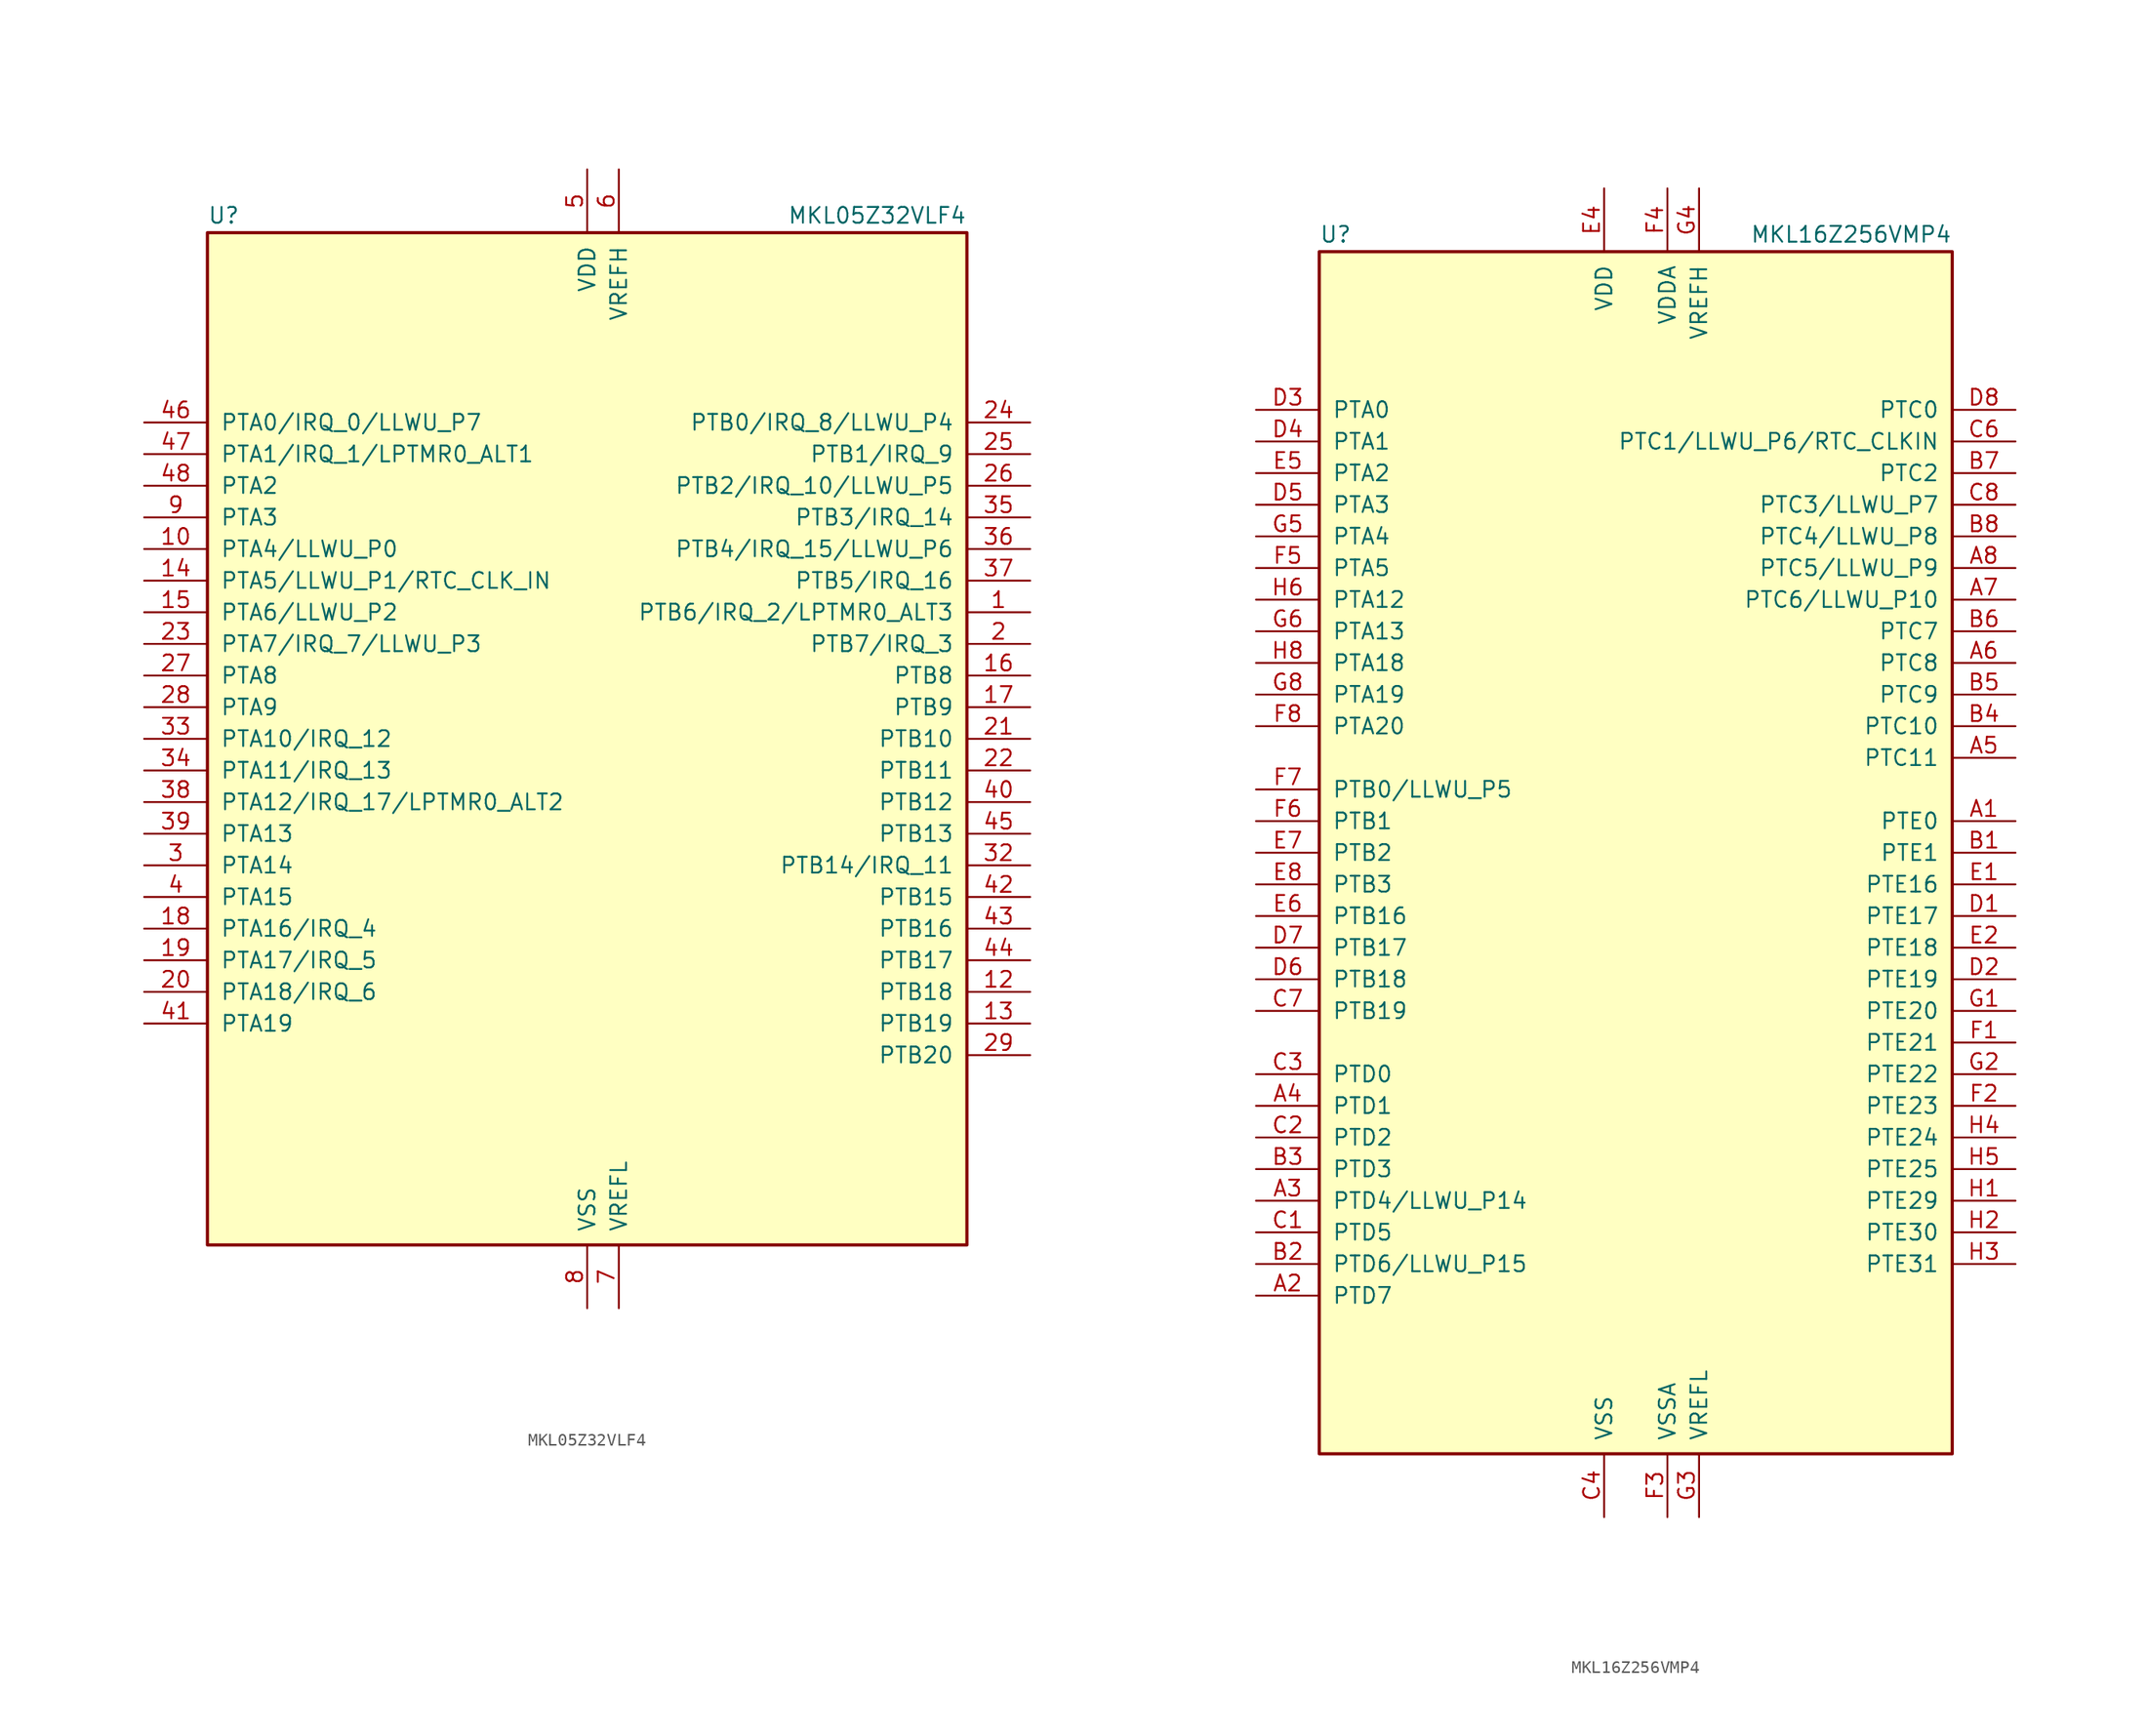
<source format=kicad_sym>
(kicad_symbol_lib
  (version 20231120)
  (generator "kicad_symbol_editor")
  (generator_version "8.0")
  (symbol "MKL05Z32VLF4"
    (pin_names
      (offset 1.016))
    (property "Reference" "U"
      (at -30.48 41.275 0)
      (effects (font (size 1.27 1.27)) (justify left bottom)))
    (property "Value" "MKL05Z32VLF4"
      (at 30.48 41.275 0)
      (effects (font (size 1.27 1.27)) (justify right bottom)))
    (symbol "MKL05Z32VLF4_0_1"
      (rectangle (start -30.48 40.64) (end 30.48 -40.64) (stroke (width 0.254) (type default)) (fill (type background))))
    (symbol "MKL05Z32VLF4_1_1"
      (pin bidirectional line (at 35.56 10.16 180) (length 5.08) (name "PTB6/IRQ_2/LPTMR0_ALT3" (effects (font (size 1.27 1.27)))) (number "1" (effects (font (size 1.27 1.27)))))
      (pin bidirectional line (at -35.56 15.24 0) (length 5.08) (name "PTA4/LLWU_P0" (effects (font (size 1.27 1.27)))) (number "10" (effects (font (size 1.27 1.27)))))
      (pin passive line (at 0 -45.72 90) (length 5.08) hide (name "VSS" (effects (font (size 1.27 1.27)))) (number "11" (effects (font (size 1.27 1.27)))))
      (pin bidirectional line (at 35.56 -20.32 180) (length 5.08) (name "PTB18" (effects (font (size 1.27 1.27)))) (number "12" (effects (font (size 1.27 1.27)))))
      (pin bidirectional line (at 35.56 -22.86 180) (length 5.08) (name "PTB19" (effects (font (size 1.27 1.27)))) (number "13" (effects (font (size 1.27 1.27)))))
      (pin bidirectional line (at -35.56 12.7 0) (length 5.08) (name "PTA5/LLWU_P1/RTC_CLK_IN" (effects (font (size 1.27 1.27)))) (number "14" (effects (font (size 1.27 1.27)))))
      (pin bidirectional line (at -35.56 10.16 0) (length 5.08) (name "PTA6/LLWU_P2" (effects (font (size 1.27 1.27)))) (number "15" (effects (font (size 1.27 1.27)))))
      (pin bidirectional line (at 35.56 5.08 180) (length 5.08) (name "PTB8" (effects (font (size 1.27 1.27)))) (number "16" (effects (font (size 1.27 1.27)))))
      (pin bidirectional line (at 35.56 2.54 180) (length 5.08) (name "PTB9" (effects (font (size 1.27 1.27)))) (number "17" (effects (font (size 1.27 1.27)))))
      (pin bidirectional line (at -35.56 -15.24 0) (length 5.08) (name "PTA16/IRQ_4" (effects (font (size 1.27 1.27)))) (number "18" (effects (font (size 1.27 1.27)))))
      (pin bidirectional line (at -35.56 -17.78 0) (length 5.08) (name "PTA17/IRQ_5" (effects (font (size 1.27 1.27)))) (number "19" (effects (font (size 1.27 1.27)))))
      (pin bidirectional line (at 35.56 7.62 180) (length 5.08) (name "PTB7/IRQ_3" (effects (font (size 1.27 1.27)))) (number "2" (effects (font (size 1.27 1.27)))))
      (pin bidirectional line (at -35.56 -20.32 0) (length 5.08) (name "PTA18/IRQ_6" (effects (font (size 1.27 1.27)))) (number "20" (effects (font (size 1.27 1.27)))))
      (pin bidirectional line (at 35.56 0 180) (length 5.08) (name "PTB10" (effects (font (size 1.27 1.27)))) (number "21" (effects (font (size 1.27 1.27)))))
      (pin bidirectional line (at 35.56 -2.54 180) (length 5.08) (name "PTB11" (effects (font (size 1.27 1.27)))) (number "22" (effects (font (size 1.27 1.27)))))
      (pin bidirectional line (at -35.56 7.62 0) (length 5.08) (name "PTA7/IRQ_7/LLWU_P3" (effects (font (size 1.27 1.27)))) (number "23" (effects (font (size 1.27 1.27)))))
      (pin bidirectional line (at 35.56 25.4 180) (length 5.08) (name "PTB0/IRQ_8/LLWU_P4" (effects (font (size 1.27 1.27)))) (number "24" (effects (font (size 1.27 1.27)))))
      (pin bidirectional line (at 35.56 22.86 180) (length 5.08) (name "PTB1/IRQ_9" (effects (font (size 1.27 1.27)))) (number "25" (effects (font (size 1.27 1.27)))))
      (pin bidirectional line (at 35.56 20.32 180) (length 5.08) (name "PTB2/IRQ_10/LLWU_P5" (effects (font (size 1.27 1.27)))) (number "26" (effects (font (size 1.27 1.27)))))
      (pin bidirectional line (at -35.56 5.08 0) (length 5.08) (name "PTA8" (effects (font (size 1.27 1.27)))) (number "27" (effects (font (size 1.27 1.27)))))
      (pin bidirectional line (at -35.56 2.54 0) (length 5.08) (name "PTA9" (effects (font (size 1.27 1.27)))) (number "28" (effects (font (size 1.27 1.27)))))
      (pin bidirectional line (at 35.56 -25.4 180) (length 5.08) (name "PTB20" (effects (font (size 1.27 1.27)))) (number "29" (effects (font (size 1.27 1.27)))))
      (pin bidirectional line (at -35.56 -10.16 0) (length 5.08) (name "PTA14" (effects (font (size 1.27 1.27)))) (number "3" (effects (font (size 1.27 1.27)))))
      (pin passive line (at 0 -45.72 90) (length 5.08) hide (name "VSS" (effects (font (size 1.27 1.27)))) (number "30" (effects (font (size 1.27 1.27)))))
      (pin passive line (at 0 45.72 270) (length 5.08) hide (name "VDD" (effects (font (size 1.27 1.27)))) (number "31" (effects (font (size 1.27 1.27)))))
      (pin bidirectional line (at 35.56 -10.16 180) (length 5.08) (name "PTB14/IRQ_11" (effects (font (size 1.27 1.27)))) (number "32" (effects (font (size 1.27 1.27)))))
      (pin bidirectional line (at -35.56 0 0) (length 5.08) (name "PTA10/IRQ_12" (effects (font (size 1.27 1.27)))) (number "33" (effects (font (size 1.27 1.27)))))
      (pin bidirectional line (at -35.56 -2.54 0) (length 5.08) (name "PTA11/IRQ_13" (effects (font (size 1.27 1.27)))) (number "34" (effects (font (size 1.27 1.27)))))
      (pin bidirectional line (at 35.56 17.78 180) (length 5.08) (name "PTB3/IRQ_14" (effects (font (size 1.27 1.27)))) (number "35" (effects (font (size 1.27 1.27)))))
      (pin bidirectional line (at 35.56 15.24 180) (length 5.08) (name "PTB4/IRQ_15/LLWU_P6" (effects (font (size 1.27 1.27)))) (number "36" (effects (font (size 1.27 1.27)))))
      (pin bidirectional line (at 35.56 12.7 180) (length 5.08) (name "PTB5/IRQ_16" (effects (font (size 1.27 1.27)))) (number "37" (effects (font (size 1.27 1.27)))))
      (pin bidirectional line (at -35.56 -5.08 0) (length 5.08) (name "PTA12/IRQ_17/LPTMR0_ALT2" (effects (font (size 1.27 1.27)))) (number "38" (effects (font (size 1.27 1.27)))))
      (pin bidirectional line (at -35.56 -7.62 0) (length 5.08) (name "PTA13" (effects (font (size 1.27 1.27)))) (number "39" (effects (font (size 1.27 1.27)))))
      (pin bidirectional line (at -35.56 -12.7 0) (length 5.08) (name "PTA15" (effects (font (size 1.27 1.27)))) (number "4" (effects (font (size 1.27 1.27)))))
      (pin bidirectional line (at 35.56 -5.08 180) (length 5.08) (name "PTB12" (effects (font (size 1.27 1.27)))) (number "40" (effects (font (size 1.27 1.27)))))
      (pin bidirectional line (at -35.56 -22.86 0) (length 5.08) (name "PTA19" (effects (font (size 1.27 1.27)))) (number "41" (effects (font (size 1.27 1.27)))))
      (pin bidirectional line (at 35.56 -12.7 180) (length 5.08) (name "PTB15" (effects (font (size 1.27 1.27)))) (number "42" (effects (font (size 1.27 1.27)))))
      (pin bidirectional line (at 35.56 -15.24 180) (length 5.08) (name "PTB16" (effects (font (size 1.27 1.27)))) (number "43" (effects (font (size 1.27 1.27)))))
      (pin bidirectional line (at 35.56 -17.78 180) (length 5.08) (name "PTB17" (effects (font (size 1.27 1.27)))) (number "44" (effects (font (size 1.27 1.27)))))
      (pin bidirectional line (at 35.56 -7.62 180) (length 5.08) (name "PTB13" (effects (font (size 1.27 1.27)))) (number "45" (effects (font (size 1.27 1.27)))))
      (pin bidirectional line (at -35.56 25.4 0) (length 5.08) (name "PTA0/IRQ_0/LLWU_P7" (effects (font (size 1.27 1.27)))) (number "46" (effects (font (size 1.27 1.27)))))
      (pin bidirectional line (at -35.56 22.86 0) (length 5.08) (name "PTA1/IRQ_1/LPTMR0_ALT1" (effects (font (size 1.27 1.27)))) (number "47" (effects (font (size 1.27 1.27)))))
      (pin bidirectional line (at -35.56 20.32 0) (length 5.08) (name "PTA2" (effects (font (size 1.27 1.27)))) (number "48" (effects (font (size 1.27 1.27)))))
      (pin power_in line (at 0 45.72 270) (length 5.08) (name "VDD" (effects (font (size 1.27 1.27)))) (number "5" (effects (font (size 1.27 1.27)))))
      (pin power_in line (at 2.54 45.72 270) (length 5.08) (name "VREFH" (effects (font (size 1.27 1.27)))) (number "6" (effects (font (size 1.27 1.27)))))
      (pin power_in line (at 2.54 -45.72 90) (length 5.08) (name "VREFL" (effects (font (size 1.27 1.27)))) (number "7" (effects (font (size 1.27 1.27)))))
      (pin power_in line (at 0 -45.72 90) (length 5.08) (name "VSS" (effects (font (size 1.27 1.27)))) (number "8" (effects (font (size 1.27 1.27)))))
      (pin bidirectional line (at -35.56 17.78 0) (length 5.08) (name "PTA3" (effects (font (size 1.27 1.27)))) (number "9" (effects (font (size 1.27 1.27)))))))
  (symbol "MKL16Z256VMP4"
    (pin_names
      (offset 1.016))
    (property "Reference" "U"
      (at -25.4 48.895 0)
      (effects (font (size 1.27 1.27)) (justify left bottom)))
    (property "Value" "MKL16Z256VMP4"
      (at 25.4 48.895 0)
      (effects (font (size 1.27 1.27)) (justify right bottom)))
    (symbol "MKL16Z256VMP4_0_1"
      (rectangle (start -25.4 48.26) (end 25.4 -48.26) (stroke (width 0.254) (type default)) (fill (type background))))
    (symbol "MKL16Z256VMP4_1_1"
      (pin bidirectional line (at 30.48 2.54 180) (length 5.08) (name "PTE0" (effects (font (size 1.27 1.27)))) (number "A1" (effects (font (size 1.27 1.27)))))
      (pin bidirectional line (at -30.48 -35.56 0) (length 5.08) (name "PTD7" (effects (font (size 1.27 1.27)))) (number "A2" (effects (font (size 1.27 1.27)))))
      (pin bidirectional line (at -30.48 -27.94 0) (length 5.08) (name "PTD4/LLWU_P14" (effects (font (size 1.27 1.27)))) (number "A3" (effects (font (size 1.27 1.27)))))
      (pin bidirectional line (at -30.48 -20.32 0) (length 5.08) (name "PTD1" (effects (font (size 1.27 1.27)))) (number "A4" (effects (font (size 1.27 1.27)))))
      (pin bidirectional line (at 30.48 7.62 180) (length 5.08) (name "PTC11" (effects (font (size 1.27 1.27)))) (number "A5" (effects (font (size 1.27 1.27)))))
      (pin bidirectional line (at 30.48 15.24 180) (length 5.08) (name "PTC8" (effects (font (size 1.27 1.27)))) (number "A6" (effects (font (size 1.27 1.27)))))
      (pin bidirectional line (at 30.48 20.32 180) (length 5.08) (name "PTC6/LLWU_P10" (effects (font (size 1.27 1.27)))) (number "A7" (effects (font (size 1.27 1.27)))))
      (pin bidirectional line (at 30.48 22.86 180) (length 5.08) (name "PTC5/LLWU_P9" (effects (font (size 1.27 1.27)))) (number "A8" (effects (font (size 1.27 1.27)))))
      (pin bidirectional line (at 30.48 0 180) (length 5.08) (name "PTE1" (effects (font (size 1.27 1.27)))) (number "B1" (effects (font (size 1.27 1.27)))))
      (pin bidirectional line (at -30.48 -33.02 0) (length 5.08) (name "PTD6/LLWU_P15" (effects (font (size 1.27 1.27)))) (number "B2" (effects (font (size 1.27 1.27)))))
      (pin bidirectional line (at -30.48 -25.4 0) (length 5.08) (name "PTD3" (effects (font (size 1.27 1.27)))) (number "B3" (effects (font (size 1.27 1.27)))))
      (pin bidirectional line (at 30.48 10.16 180) (length 5.08) (name "PTC10" (effects (font (size 1.27 1.27)))) (number "B4" (effects (font (size 1.27 1.27)))))
      (pin bidirectional line (at 30.48 12.7 180) (length 5.08) (name "PTC9" (effects (font (size 1.27 1.27)))) (number "B5" (effects (font (size 1.27 1.27)))))
      (pin bidirectional line (at 30.48 17.78 180) (length 5.08) (name "PTC7" (effects (font (size 1.27 1.27)))) (number "B6" (effects (font (size 1.27 1.27)))))
      (pin bidirectional line (at 30.48 30.48 180) (length 5.08) (name "PTC2" (effects (font (size 1.27 1.27)))) (number "B7" (effects (font (size 1.27 1.27)))))
      (pin bidirectional line (at 30.48 25.4 180) (length 5.08) (name "PTC4/LLWU_P8" (effects (font (size 1.27 1.27)))) (number "B8" (effects (font (size 1.27 1.27)))))
      (pin bidirectional line (at -30.48 -30.48 0) (length 5.08) (name "PTD5" (effects (font (size 1.27 1.27)))) (number "C1" (effects (font (size 1.27 1.27)))))
      (pin bidirectional line (at -30.48 -22.86 0) (length 5.08) (name "PTD2" (effects (font (size 1.27 1.27)))) (number "C2" (effects (font (size 1.27 1.27)))))
      (pin bidirectional line (at -30.48 -17.78 0) (length 5.08) (name "PTD0" (effects (font (size 1.27 1.27)))) (number "C3" (effects (font (size 1.27 1.27)))))
      (pin power_in line (at -2.54 -53.34 90) (length 5.08) (name "VSS" (effects (font (size 1.27 1.27)))) (number "C4" (effects (font (size 1.27 1.27)))))
      (pin no_connect line (at -15.24 -48.26 90) (length 5.08) hide (name "NC" (effects (font (size 1.27 1.27)))) (number "C5" (effects (font (size 1.27 1.27)))))
      (pin bidirectional line (at 30.48 33.02 180) (length 5.08) (name "PTC1/LLWU_P6/RTC_CLKIN" (effects (font (size 1.27 1.27)))) (number "C6" (effects (font (size 1.27 1.27)))))
      (pin bidirectional line (at -30.48 -12.7 0) (length 5.08) (name "PTB19" (effects (font (size 1.27 1.27)))) (number "C7" (effects (font (size 1.27 1.27)))))
      (pin bidirectional line (at 30.48 27.94 180) (length 5.08) (name "PTC3/LLWU_P7" (effects (font (size 1.27 1.27)))) (number "C8" (effects (font (size 1.27 1.27)))))
      (pin bidirectional line (at 30.48 -5.08 180) (length 5.08) (name "PTE17" (effects (font (size 1.27 1.27)))) (number "D1" (effects (font (size 1.27 1.27)))))
      (pin bidirectional line (at 30.48 -10.16 180) (length 5.08) (name "PTE19" (effects (font (size 1.27 1.27)))) (number "D2" (effects (font (size 1.27 1.27)))))
      (pin bidirectional line (at -30.48 35.56 0) (length 5.08) (name "PTA0" (effects (font (size 1.27 1.27)))) (number "D3" (effects (font (size 1.27 1.27)))))
      (pin bidirectional line (at -30.48 33.02 0) (length 5.08) (name "PTA1" (effects (font (size 1.27 1.27)))) (number "D4" (effects (font (size 1.27 1.27)))))
      (pin bidirectional line (at -30.48 27.94 0) (length 5.08) (name "PTA3" (effects (font (size 1.27 1.27)))) (number "D5" (effects (font (size 1.27 1.27)))))
      (pin bidirectional line (at -30.48 -10.16 0) (length 5.08) (name "PTB18" (effects (font (size 1.27 1.27)))) (number "D6" (effects (font (size 1.27 1.27)))))
      (pin bidirectional line (at -30.48 -7.62 0) (length 5.08) (name "PTB17" (effects (font (size 1.27 1.27)))) (number "D7" (effects (font (size 1.27 1.27)))))
      (pin bidirectional line (at 30.48 35.56 180) (length 5.08) (name "PTC0" (effects (font (size 1.27 1.27)))) (number "D8" (effects (font (size 1.27 1.27)))))
      (pin bidirectional line (at 30.48 -2.54 180) (length 5.08) (name "PTE16" (effects (font (size 1.27 1.27)))) (number "E1" (effects (font (size 1.27 1.27)))))
      (pin bidirectional line (at 30.48 -7.62 180) (length 5.08) (name "PTE18" (effects (font (size 1.27 1.27)))) (number "E2" (effects (font (size 1.27 1.27)))))
      (pin passive line (at -2.54 -53.34 90) (length 5.08) hide (name "VSS" (effects (font (size 1.27 1.27)))) (number "E3" (effects (font (size 1.27 1.27)))))
      (pin power_in line (at -2.54 53.34 270) (length 5.08) (name "VDD" (effects (font (size 1.27 1.27)))) (number "E4" (effects (font (size 1.27 1.27)))))
      (pin bidirectional line (at -30.48 30.48 0) (length 5.08) (name "PTA2" (effects (font (size 1.27 1.27)))) (number "E5" (effects (font (size 1.27 1.27)))))
      (pin bidirectional line (at -30.48 -5.08 0) (length 5.08) (name "PTB16" (effects (font (size 1.27 1.27)))) (number "E6" (effects (font (size 1.27 1.27)))))
      (pin bidirectional line (at -30.48 0 0) (length 5.08) (name "PTB2" (effects (font (size 1.27 1.27)))) (number "E7" (effects (font (size 1.27 1.27)))))
      (pin bidirectional line (at -30.48 -2.54 0) (length 5.08) (name "PTB3" (effects (font (size 1.27 1.27)))) (number "E8" (effects (font (size 1.27 1.27)))))
      (pin bidirectional line (at 30.48 -15.24 180) (length 5.08) (name "PTE21" (effects (font (size 1.27 1.27)))) (number "F1" (effects (font (size 1.27 1.27)))))
      (pin bidirectional line (at 30.48 -20.32 180) (length 5.08) (name "PTE23" (effects (font (size 1.27 1.27)))) (number "F2" (effects (font (size 1.27 1.27)))))
      (pin power_in line (at 2.54 -53.34 90) (length 5.08) (name "VSSA" (effects (font (size 1.27 1.27)))) (number "F3" (effects (font (size 1.27 1.27)))))
      (pin power_in line (at 2.54 53.34 270) (length 5.08) (name "VDDA" (effects (font (size 1.27 1.27)))) (number "F4" (effects (font (size 1.27 1.27)))))
      (pin bidirectional line (at -30.48 22.86 0) (length 5.08) (name "PTA5" (effects (font (size 1.27 1.27)))) (number "F5" (effects (font (size 1.27 1.27)))))
      (pin bidirectional line (at -30.48 2.54 0) (length 5.08) (name "PTB1" (effects (font (size 1.27 1.27)))) (number "F6" (effects (font (size 1.27 1.27)))))
      (pin bidirectional line (at -30.48 5.08 0) (length 5.08) (name "PTB0/LLWU_P5" (effects (font (size 1.27 1.27)))) (number "F7" (effects (font (size 1.27 1.27)))))
      (pin bidirectional line (at -30.48 10.16 0) (length 5.08) (name "PTA20" (effects (font (size 1.27 1.27)))) (number "F8" (effects (font (size 1.27 1.27)))))
      (pin bidirectional line (at 30.48 -12.7 180) (length 5.08) (name "PTE20" (effects (font (size 1.27 1.27)))) (number "G1" (effects (font (size 1.27 1.27)))))
      (pin bidirectional line (at 30.48 -17.78 180) (length 5.08) (name "PTE22" (effects (font (size 1.27 1.27)))) (number "G2" (effects (font (size 1.27 1.27)))))
      (pin power_in line (at 5.08 -53.34 90) (length 5.08) (name "VREFL" (effects (font (size 1.27 1.27)))) (number "G3" (effects (font (size 1.27 1.27)))))
      (pin power_in line (at 5.08 53.34 270) (length 5.08) (name "VREFH" (effects (font (size 1.27 1.27)))) (number "G4" (effects (font (size 1.27 1.27)))))
      (pin bidirectional line (at -30.48 25.4 0) (length 5.08) (name "PTA4" (effects (font (size 1.27 1.27)))) (number "G5" (effects (font (size 1.27 1.27)))))
      (pin bidirectional line (at -30.48 17.78 0) (length 5.08) (name "PTA13" (effects (font (size 1.27 1.27)))) (number "G6" (effects (font (size 1.27 1.27)))))
      (pin passive line (at -2.54 53.34 270) (length 5.08) hide (name "VDD" (effects (font (size 1.27 1.27)))) (number "G7" (effects (font (size 1.27 1.27)))))
      (pin bidirectional line (at -30.48 12.7 0) (length 5.08) (name "PTA19" (effects (font (size 1.27 1.27)))) (number "G8" (effects (font (size 1.27 1.27)))))
      (pin bidirectional line (at 30.48 -27.94 180) (length 5.08) (name "PTE29" (effects (font (size 1.27 1.27)))) (number "H1" (effects (font (size 1.27 1.27)))))
      (pin bidirectional line (at 30.48 -30.48 180) (length 5.08) (name "PTE30" (effects (font (size 1.27 1.27)))) (number "H2" (effects (font (size 1.27 1.27)))))
      (pin bidirectional line (at 30.48 -33.02 180) (length 5.08) (name "PTE31" (effects (font (size 1.27 1.27)))) (number "H3" (effects (font (size 1.27 1.27)))))
      (pin bidirectional line (at 30.48 -22.86 180) (length 5.08) (name "PTE24" (effects (font (size 1.27 1.27)))) (number "H4" (effects (font (size 1.27 1.27)))))
      (pin bidirectional line (at 30.48 -25.4 180) (length 5.08) (name "PTE25" (effects (font (size 1.27 1.27)))) (number "H5" (effects (font (size 1.27 1.27)))))
      (pin bidirectional line (at -30.48 20.32 0) (length 5.08) (name "PTA12" (effects (font (size 1.27 1.27)))) (number "H6" (effects (font (size 1.27 1.27)))))
      (pin passive line (at -2.54 -53.34 90) (length 5.08) hide (name "VSS" (effects (font (size 1.27 1.27)))) (number "H7" (effects (font (size 1.27 1.27)))))
      (pin bidirectional line (at -30.48 15.24 0) (length 5.08) (name "PTA18" (effects (font (size 1.27 1.27)))) (number "H8" (effects (font (size 1.27 1.27))))))))
</source>
